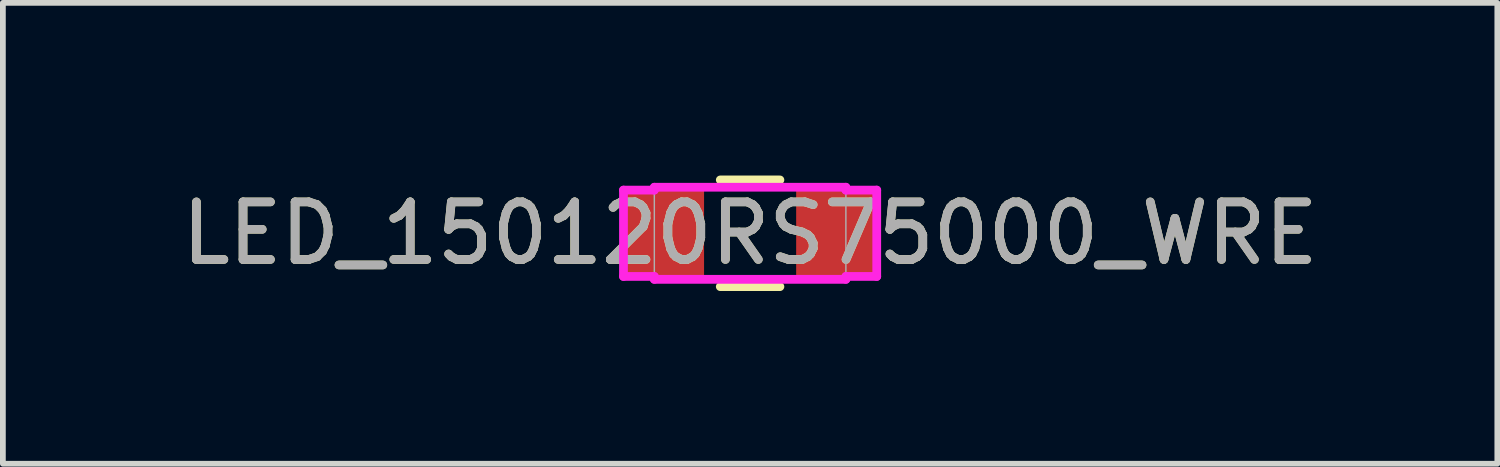
<source format=kicad_pcb>
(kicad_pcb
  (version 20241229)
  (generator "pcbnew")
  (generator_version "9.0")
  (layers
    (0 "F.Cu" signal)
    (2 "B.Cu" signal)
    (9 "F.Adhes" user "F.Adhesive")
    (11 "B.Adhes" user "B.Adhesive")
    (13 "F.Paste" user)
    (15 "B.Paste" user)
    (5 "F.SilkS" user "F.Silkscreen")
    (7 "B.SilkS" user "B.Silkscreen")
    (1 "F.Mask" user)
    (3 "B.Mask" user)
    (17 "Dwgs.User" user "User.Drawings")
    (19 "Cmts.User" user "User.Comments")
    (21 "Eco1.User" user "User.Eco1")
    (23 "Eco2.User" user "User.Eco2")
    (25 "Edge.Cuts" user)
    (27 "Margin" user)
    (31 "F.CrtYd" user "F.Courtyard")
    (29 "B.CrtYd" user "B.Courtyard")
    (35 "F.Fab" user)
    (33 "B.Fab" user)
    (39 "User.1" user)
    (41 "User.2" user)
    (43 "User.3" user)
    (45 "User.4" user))
  (footprint "LED_150120RS75000_WRE"
    (layer "F.Cu")
    (at 9.982 1.003)
    (property "Reference" "LED_150120RS75000_WRE" (at 0 0 0) (unlocked yes) (layer "F.SilkS") (effects (font (size 1 1) (thickness 0.15))))
    (attr smd)
    (fp_line (start -0.518 0.927) (end 0.518 0.927) (stroke (width 0.152) (type solid)) (layer "F.SilkS"))
    (fp_line (start 0.518 -0.927) (end -0.518 -0.927) (stroke (width 0.152) (type solid)) (layer "F.SilkS"))
    (fp_line (start -2.2 -0.75) (end -1.664 -0.75) (stroke (width 0.152) (type solid)) (layer "F.CrtYd"))
    (fp_line (start -2.2 0.75) (end -2.2 -0.75) (stroke (width 0.152) (type solid)) (layer "F.CrtYd"))
    (fp_line (start -1.664 -0.8) (end 1.664 -0.8) (stroke (width 0.152) (type solid)) (layer "F.CrtYd"))
    (fp_line (start -1.664 -0.75) (end -1.664 -0.8) (stroke (width 0.152) (type solid)) (layer "F.CrtYd"))
    (fp_line (start -1.664 0.75) (end -2.2 0.75) (stroke (width 0.152) (type solid)) (layer "F.CrtYd"))
    (fp_line (start -1.664 0.8) (end -1.664 0.75) (stroke (width 0.152) (type solid)) (layer "F.CrtYd"))
    (fp_line (start 1.664 -0.8) (end 1.664 -0.75) (stroke (width 0.152) (type solid)) (layer "F.CrtYd"))
    (fp_line (start 1.664 -0.75) (end 2.2 -0.75) (stroke (width 0.152) (type solid)) (layer "F.CrtYd"))
    (fp_line (start 1.664 0.75) (end 1.664 0.8) (stroke (width 0.152) (type solid)) (layer "F.CrtYd"))
    (fp_line (start 1.664 0.8) (end -1.664 0.8) (stroke (width 0.152) (type solid)) (layer "F.CrtYd"))
    (fp_line (start 2.2 -0.75) (end 2.2 0.75) (stroke (width 0.152) (type solid)) (layer "F.CrtYd"))
    (fp_line (start 2.2 0.75) (end 1.664 0.75) (stroke (width 0.152) (type solid)) (layer "F.CrtYd"))
    (fp_line (start -1.664 -0.8) (end -1.664 0.8) (stroke (width 0.025) (type solid)) (layer "F.Fab"))
    (fp_line (start -1.664 0.8) (end 1.664 0.8) (stroke (width 0.025) (type solid)) (layer "F.Fab"))
    (fp_line (start 1.664 -0.8) (end -1.664 -0.8) (stroke (width 0.025) (type solid)) (layer "F.Fab"))
    (fp_line (start 1.664 0.8) (end 1.664 -0.8) (stroke (width 0.025) (type solid)) (layer "F.Fab"))
    (fp_text user "${REFERENCE}" (at 0 0 0) (unlocked yes) (layer "F.Fab") (effects (font (size 1 1) (thickness 0.15))))
    (pad "1" smd rect (at -1.5 0) (size 1.4 1.5) (layers "F.Cu" "F.Mask" "F.Paste"))
    (pad "2" smd rect (at 1.5 0) (size 1.4 1.5) (layers "F.Cu" "F.Mask" "F.Paste"))
    (zone (net_name "") (layer "F.Cu") (hatch full 0.508) (connect_pads) (min_thickness 0.254) (filled_areas_thickness no) (keepout (tracks not_allowed) (vias not_allowed) (pads allowed) (copperpour not_allowed) (footprints allowed)) (placement (enabled no)) (fill) (polygon (pts (xy 9.233 0.254) (xy 10.731 0.254) (xy 10.731 1.753) (xy 9.233 1.753)))))
  (gr_rect
    (start -3 -3)
    (end 22.964 5.007)
    (stroke (width 0.1) (type default))
    (fill no)
    (layer "Edge.Cuts")))
</source>
